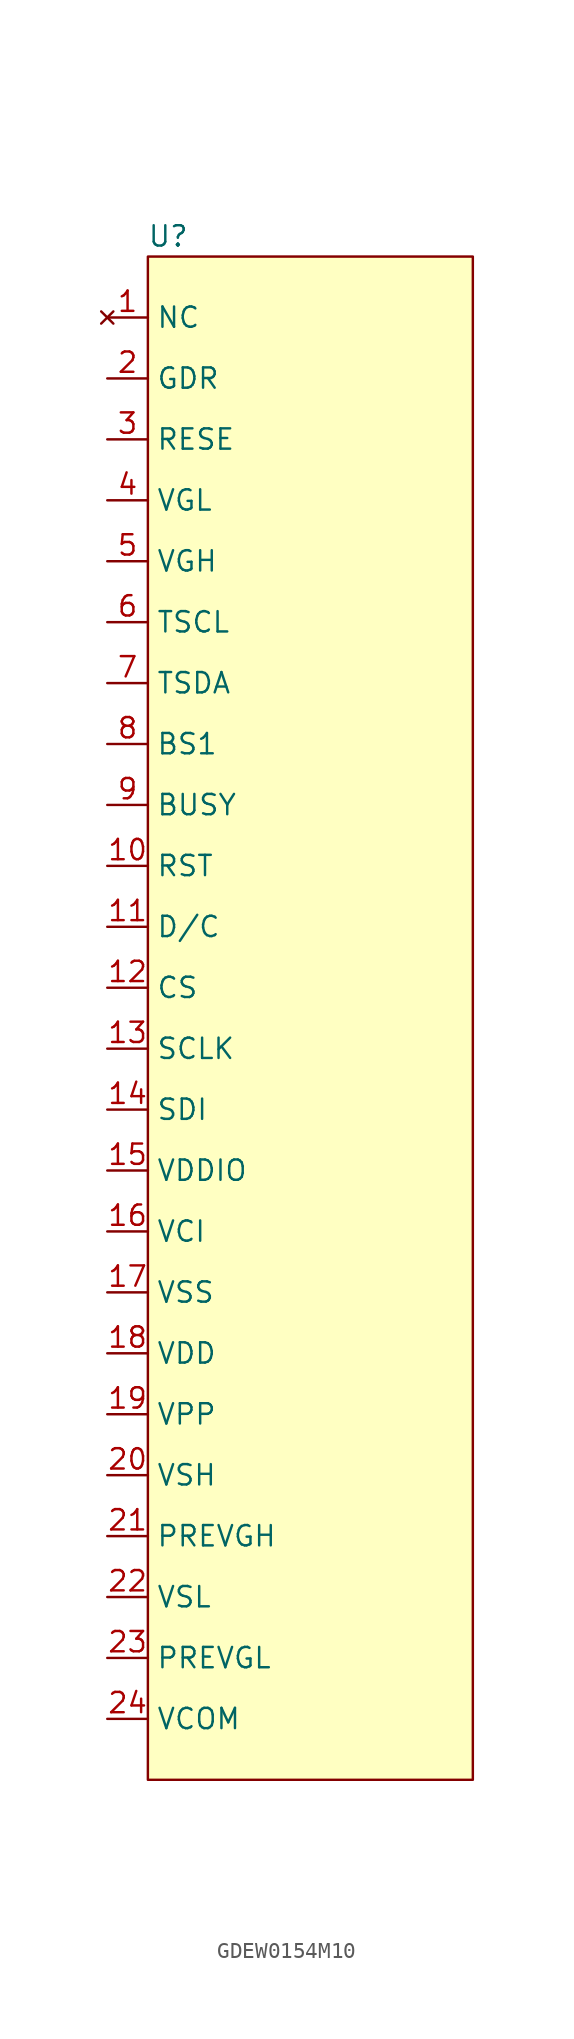
<source format=kicad_sym>
(kicad_symbol_lib
  (version 20220914)
  (generator kicad_symbol_editor)
  (symbol "GDEW0154M10"
    (property "Reference" "U"
      (at -8.89 45.72 0)
      (effects (font (size 1.27 1.27))))
    (property "Value" ""
      (at -1.27 27.94 0)
      (effects (font (size 1.27 1.27))))
    (symbol "GDEW0154M10_1_1"
      (rectangle (start -10.16 44.45) (end 10.16 -50.8) (stroke (width 0) (type default)) (fill (type background)))
      (pin no_connect line (at -12.7 40.64 0) (length 2.54) (name "NC" (effects (font (size 1.27 1.27)))) (number "1" (effects (font (size 1.27 1.27)))))
      (pin input line (at -12.7 6.35 0) (length 2.54) (name "RST" (effects (font (size 1.27 1.27)))) (number "10" (effects (font (size 1.27 1.27)))))
      (pin input line (at -12.7 2.54 0) (length 2.54) (name "D/C" (effects (font (size 1.27 1.27)))) (number "11" (effects (font (size 1.27 1.27)))))
      (pin input line (at -12.7 -1.27 0) (length 2.54) (name "CS" (effects (font (size 1.27 1.27)))) (number "12" (effects (font (size 1.27 1.27)))))
      (pin output line (at -12.7 -5.08 0) (length 2.54) (name "SCLK" (effects (font (size 1.27 1.27)))) (number "13" (effects (font (size 1.27 1.27)))))
      (pin output line (at -12.7 -8.89 0) (length 2.54) (name "SDI" (effects (font (size 1.27 1.27)))) (number "14" (effects (font (size 1.27 1.27)))))
      (pin power_in line (at -12.7 -12.7 0) (length 2.54) (name "VDDIO" (effects (font (size 1.27 1.27)))) (number "15" (effects (font (size 1.27 1.27)))))
      (pin power_in line (at -12.7 -16.51 0) (length 2.54) (name "VCI" (effects (font (size 1.27 1.27)))) (number "16" (effects (font (size 1.27 1.27)))))
      (pin power_in line (at -12.7 -20.32 0) (length 2.54) (name "VSS" (effects (font (size 1.27 1.27)))) (number "17" (effects (font (size 1.27 1.27)))))
      (pin power_in line (at -12.7 -24.13 0) (length 2.54) (name "VDD" (effects (font (size 1.27 1.27)))) (number "18" (effects (font (size 1.27 1.27)))))
      (pin power_in line (at -12.7 -27.94 0) (length 2.54) (name "VPP" (effects (font (size 1.27 1.27)))) (number "19" (effects (font (size 1.27 1.27)))))
      (pin output line (at -12.7 36.83 0) (length 2.54) (name "GDR" (effects (font (size 1.27 1.27)))) (number "2" (effects (font (size 1.27 1.27)))))
      (pin power_in line (at -12.7 -31.75 0) (length 2.54) (name "VSH" (effects (font (size 1.27 1.27)))) (number "20" (effects (font (size 1.27 1.27)))))
      (pin power_in line (at -12.7 -35.56 0) (length 2.54) (name "PREVGH" (effects (font (size 1.27 1.27)))) (number "21" (effects (font (size 1.27 1.27)))))
      (pin power_in line (at -12.7 -39.37 0) (length 2.54) (name "VSL" (effects (font (size 1.27 1.27)))) (number "22" (effects (font (size 1.27 1.27)))))
      (pin power_in line (at -12.7 -43.18 0) (length 2.54) (name "PREVGL" (effects (font (size 1.27 1.27)))) (number "23" (effects (font (size 1.27 1.27)))))
      (pin power_in line (at -12.7 -46.99 0) (length 2.54) (name "VCOM" (effects (font (size 1.27 1.27)))) (number "24" (effects (font (size 1.27 1.27)))))
      (pin output line (at -12.7 33.02 0) (length 2.54) (name "RESE" (effects (font (size 1.27 1.27)))) (number "3" (effects (font (size 1.27 1.27)))))
      (pin passive line (at -12.7 29.21 0) (length 2.54) (name "VGL" (effects (font (size 1.27 1.27)))) (number "4" (effects (font (size 1.27 1.27)))))
      (pin passive line (at -12.7 25.4 0) (length 2.54) (name "VGH" (effects (font (size 1.27 1.27)))) (number "5" (effects (font (size 1.27 1.27)))))
      (pin output line (at -12.7 21.59 0) (length 2.54) (name "TSCL" (effects (font (size 1.27 1.27)))) (number "6" (effects (font (size 1.27 1.27)))))
      (pin bidirectional line (at -12.7 17.78 0) (length 2.54) (name "TSDA" (effects (font (size 1.27 1.27)))) (number "7" (effects (font (size 1.27 1.27)))))
      (pin input line (at -12.7 13.97 0) (length 2.54) (name "BS1" (effects (font (size 1.27 1.27)))) (number "8" (effects (font (size 1.27 1.27)))))
      (pin output line (at -12.7 10.16 0) (length 2.54) (name "BUSY" (effects (font (size 1.27 1.27)))) (number "9" (effects (font (size 1.27 1.27))))))))
</source>
